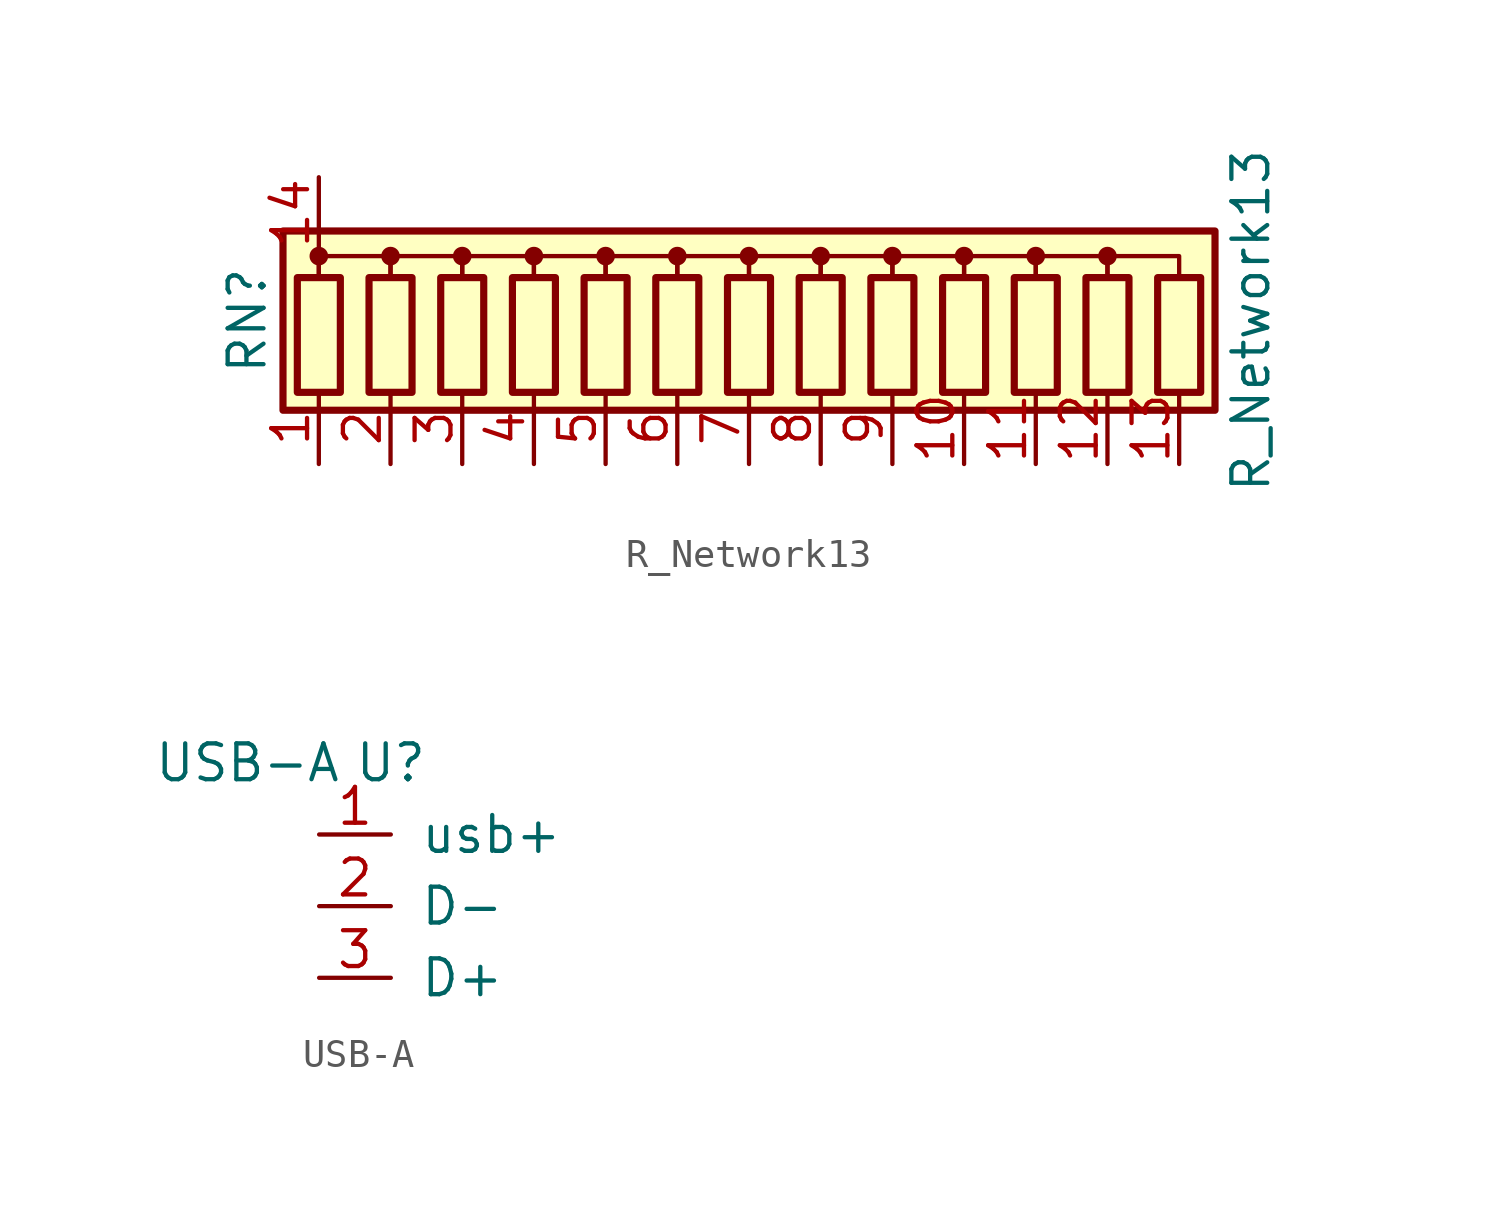
<source format=kicad_sym>
(kicad_symbol_lib
  (version 20211014)
  (generator kicad_symbol_editor)
  (symbol "R_Network13"
    (pin_names
      (offset 0) hide)
    (property "Reference" "RN"
      (at -17.78 0 90)
      (effects (font (size 1.27 1.27))))
    (property "Value" "R_Network13"
      (at 17.78 0 90)
      (effects (font (size 1.27 1.27))))
    (symbol "R_Network13_0_1"
      (rectangle (start -16.51 -3.175) (end 16.51 3.175) (stroke (width 0.254) (type default) (color 0 0 0 0)) (fill (type background)))
      (rectangle (start -16.002 1.524) (end -14.478 -2.54) (stroke (width 0.254) (type default) (color 0 0 0 0)) (fill (type none)))
      (circle (center -15.24 2.286) (radius 0.254) (stroke (width 0) (type default) (color 0 0 0 0)) (fill (type outline)))
      (rectangle (start -13.462 1.524) (end -11.938 -2.54) (stroke (width 0.254) (type default) (color 0 0 0 0)) (fill (type none)))
      (circle (center -12.7 2.286) (radius 0.254) (stroke (width 0) (type default) (color 0 0 0 0)) (fill (type outline)))
      (rectangle (start -10.922 1.524) (end -9.398 -2.54) (stroke (width 0.254) (type default) (color 0 0 0 0)) (fill (type none)))
      (circle (center -10.16 2.286) (radius 0.254) (stroke (width 0) (type default) (color 0 0 0 0)) (fill (type outline)))
      (rectangle (start -8.382 1.524) (end -6.858 -2.54) (stroke (width 0.254) (type default) (color 0 0 0 0)) (fill (type none)))
      (circle (center -7.62 2.286) (radius 0.254) (stroke (width 0) (type default) (color 0 0 0 0)) (fill (type outline)))
      (rectangle (start -5.842 1.524) (end -4.318 -2.54) (stroke (width 0.254) (type default) (color 0 0 0 0)) (fill (type none)))
      (circle (center -5.08 2.286) (radius 0.254) (stroke (width 0) (type default) (color 0 0 0 0)) (fill (type outline)))
      (rectangle (start -3.302 1.524) (end -1.778 -2.54) (stroke (width 0.254) (type default) (color 0 0 0 0)) (fill (type none)))
      (circle (center -2.54 2.286) (radius 0.254) (stroke (width 0) (type default) (color 0 0 0 0)) (fill (type outline)))
      (rectangle (start -0.762 1.524) (end 0.762 -2.54) (stroke (width 0.254) (type default) (color 0 0 0 0)) (fill (type none)))
      (polyline (pts (xy -15.24 2.54) (xy -15.24 1.524)) (stroke (width 0) (type default) (color 0 0 0 0)) (fill (type none)))
      (polyline (pts (xy -15.24 1.524) (xy -15.24 2.286) (xy -12.7 2.286) (xy -12.7 1.524)) (stroke (width 0) (type default) (color 0 0 0 0)) (fill (type none)))
      (polyline (pts (xy -12.7 1.524) (xy -12.7 2.286) (xy -10.16 2.286) (xy -10.16 1.524)) (stroke (width 0) (type default) (color 0 0 0 0)) (fill (type none)))
      (polyline (pts (xy -10.16 1.524) (xy -10.16 2.286) (xy -7.62 2.286) (xy -7.62 1.524)) (stroke (width 0) (type default) (color 0 0 0 0)) (fill (type none)))
      (polyline (pts (xy -7.62 1.524) (xy -7.62 2.286) (xy -5.08 2.286) (xy -5.08 1.524)) (stroke (width 0) (type default) (color 0 0 0 0)) (fill (type none)))
      (polyline (pts (xy -5.08 1.524) (xy -5.08 2.286) (xy -2.54 2.286) (xy -2.54 1.524)) (stroke (width 0) (type default) (color 0 0 0 0)) (fill (type none)))
      (polyline (pts (xy -2.54 1.524) (xy -2.54 2.286) (xy 0 2.286) (xy 0 1.524)) (stroke (width 0) (type default) (color 0 0 0 0)) (fill (type none)))
      (polyline (pts (xy 0 1.524) (xy 0 2.286) (xy 2.54 2.286) (xy 2.54 1.524)) (stroke (width 0) (type default) (color 0 0 0 0)) (fill (type none)))
      (polyline (pts (xy 2.54 1.524) (xy 2.54 2.286) (xy 5.08 2.286) (xy 5.08 1.524)) (stroke (width 0) (type default) (color 0 0 0 0)) (fill (type none)))
      (polyline (pts (xy 5.08 1.524) (xy 5.08 2.286) (xy 7.62 2.286) (xy 7.62 1.524)) (stroke (width 0) (type default) (color 0 0 0 0)) (fill (type none)))
      (polyline (pts (xy 7.62 1.524) (xy 7.62 2.286) (xy 10.16 2.286) (xy 10.16 1.524)) (stroke (width 0) (type default) (color 0 0 0 0)) (fill (type none)))
      (polyline (pts (xy 10.16 1.524) (xy 10.16 2.286) (xy 12.7 2.286) (xy 12.7 1.524)) (stroke (width 0) (type default) (color 0 0 0 0)) (fill (type none)))
      (polyline (pts (xy 12.7 1.524) (xy 12.7 2.286) (xy 15.24 2.286) (xy 15.24 1.524)) (stroke (width 0) (type default) (color 0 0 0 0)) (fill (type none)))
      (circle (center 0 2.286) (radius 0.254) (stroke (width 0) (type default) (color 0 0 0 0)) (fill (type outline)))
      (rectangle (start 1.778 1.524) (end 3.302 -2.54) (stroke (width 0.254) (type default) (color 0 0 0 0)) (fill (type none)))
      (circle (center 2.54 2.286) (radius 0.254) (stroke (width 0) (type default) (color 0 0 0 0)) (fill (type outline)))
      (rectangle (start 4.318 1.524) (end 5.842 -2.54) (stroke (width 0.254) (type default) (color 0 0 0 0)) (fill (type none)))
      (circle (center 5.08 2.286) (radius 0.254) (stroke (width 0) (type default) (color 0 0 0 0)) (fill (type outline)))
      (rectangle (start 6.858 1.524) (end 8.382 -2.54) (stroke (width 0.254) (type default) (color 0 0 0 0)) (fill (type none)))
      (circle (center 7.62 2.286) (radius 0.254) (stroke (width 0) (type default) (color 0 0 0 0)) (fill (type outline)))
      (rectangle (start 9.398 1.524) (end 10.922 -2.54) (stroke (width 0.254) (type default) (color 0 0 0 0)) (fill (type none)))
      (circle (center 10.16 2.286) (radius 0.254) (stroke (width 0) (type default) (color 0 0 0 0)) (fill (type outline)))
      (rectangle (start 11.938 1.524) (end 13.462 -2.54) (stroke (width 0.254) (type default) (color 0 0 0 0)) (fill (type none)))
      (circle (center 12.7 2.286) (radius 0.254) (stroke (width 0) (type default) (color 0 0 0 0)) (fill (type outline)))
      (rectangle (start 14.478 1.524) (end 16.002 -2.54) (stroke (width 0.254) (type default) (color 0 0 0 0)) (fill (type none))))
    (symbol "R_Network13_1_1"
      (pin passive line (at -15.24 -5.08 90) (length 2.54) (name "R1" (effects (font (size 1.27 1.27)))) (number "1" (effects (font (size 1.27 1.27)))))
      (pin passive line (at 7.62 -5.08 90) (length 2.54) (name "R10" (effects (font (size 1.27 1.27)))) (number "10" (effects (font (size 1.27 1.27)))))
      (pin passive line (at 10.16 -5.08 90) (length 2.54) (name "R11" (effects (font (size 1.27 1.27)))) (number "11" (effects (font (size 1.27 1.27)))))
      (pin passive line (at 12.7 -5.08 90) (length 2.54) (name "R12" (effects (font (size 1.27 1.27)))) (number "12" (effects (font (size 1.27 1.27)))))
      (pin passive line (at 15.24 -5.08 90) (length 2.54) (name "R13" (effects (font (size 1.27 1.27)))) (number "13" (effects (font (size 1.27 1.27)))))
      (pin passive line (at -15.24 5.08 270) (length 2.54) (name "common" (effects (font (size 1.27 1.27)))) (number "14" (effects (font (size 1.27 1.27)))))
      (pin passive line (at -12.7 -5.08 90) (length 2.54) (name "R2" (effects (font (size 1.27 1.27)))) (number "2" (effects (font (size 1.27 1.27)))))
      (pin passive line (at -10.16 -5.08 90) (length 2.54) (name "R3" (effects (font (size 1.27 1.27)))) (number "3" (effects (font (size 1.27 1.27)))))
      (pin passive line (at -7.62 -5.08 90) (length 2.54) (name "R4" (effects (font (size 1.27 1.27)))) (number "4" (effects (font (size 1.27 1.27)))))
      (pin passive line (at -5.08 -5.08 90) (length 2.54) (name "R5" (effects (font (size 1.27 1.27)))) (number "5" (effects (font (size 1.27 1.27)))))
      (pin passive line (at -2.54 -5.08 90) (length 2.54) (name "R6" (effects (font (size 1.27 1.27)))) (number "6" (effects (font (size 1.27 1.27)))))
      (pin passive line (at 0 -5.08 90) (length 2.54) (name "R7" (effects (font (size 1.27 1.27)))) (number "7" (effects (font (size 1.27 1.27)))))
      (pin passive line (at 2.54 -5.08 90) (length 2.54) (name "R8" (effects (font (size 1.27 1.27)))) (number "8" (effects (font (size 1.27 1.27)))))
      (pin passive line (at 5.08 -5.08 90) (length 2.54) (name "R9" (effects (font (size 1.27 1.27)))) (number "9" (effects (font (size 1.27 1.27)))))))
  (symbol "USB-A"
    (pin_names
      (offset 1.016))
    (property "Reference" "U"
      (at 2.54 2.54 0)
      (effects (font (size 1.27 1.27))))
    (property "Value" "USB-A"
      (at -2.54 2.54 0)
      (effects (font (size 1.27 1.27))))
    (symbol "USB-A_1_1"
      (pin bidirectional line (at 0 0 0) (length 2.54) (name "usb+" (effects (font (size 1.27 1.27)))) (number "1" (effects (font (size 1.27 1.27)))))
      (pin bidirectional line (at 0 -2.54 0) (length 2.54) (name "D-" (effects (font (size 1.27 1.27)))) (number "2" (effects (font (size 1.27 1.27)))))
      (pin bidirectional line (at 0 -5.08 0) (length 2.54) (name "D+" (effects (font (size 1.27 1.27)))) (number "3" (effects (font (size 1.27 1.27))))))))
</source>
